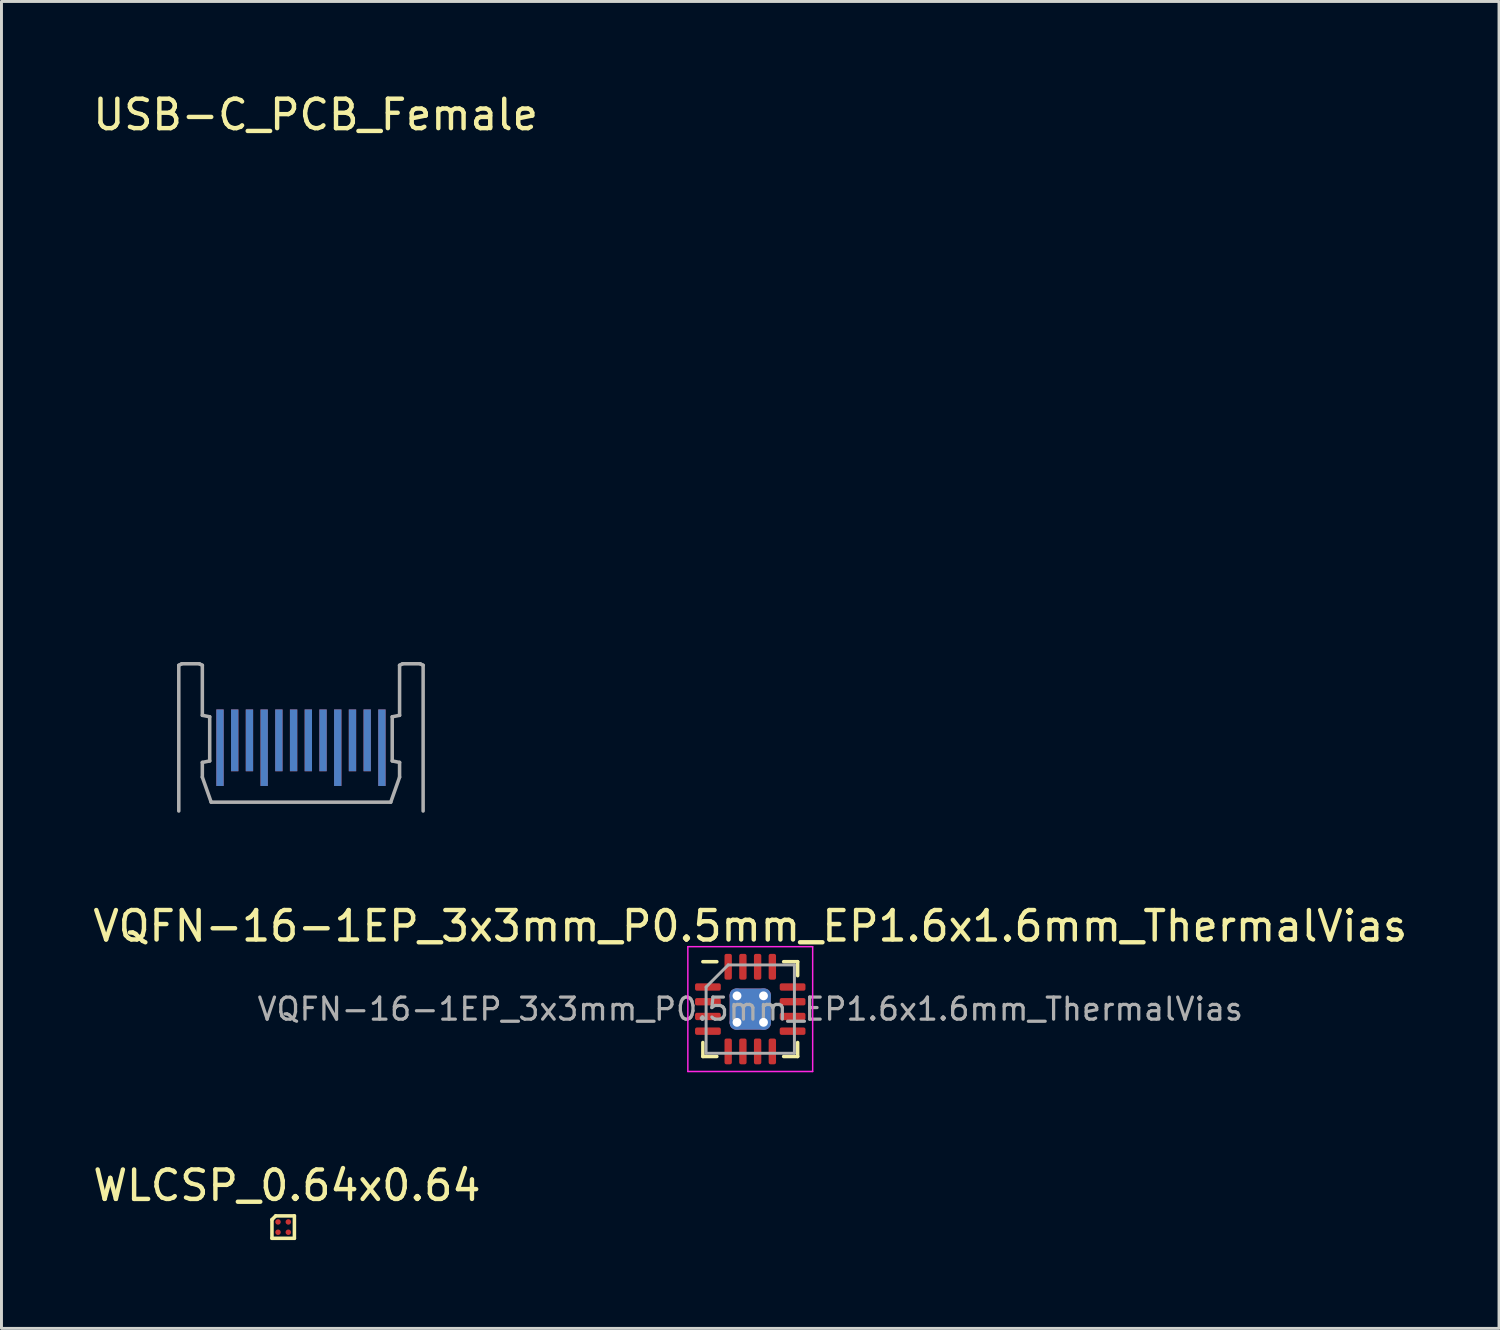
<source format=kicad_pcb>
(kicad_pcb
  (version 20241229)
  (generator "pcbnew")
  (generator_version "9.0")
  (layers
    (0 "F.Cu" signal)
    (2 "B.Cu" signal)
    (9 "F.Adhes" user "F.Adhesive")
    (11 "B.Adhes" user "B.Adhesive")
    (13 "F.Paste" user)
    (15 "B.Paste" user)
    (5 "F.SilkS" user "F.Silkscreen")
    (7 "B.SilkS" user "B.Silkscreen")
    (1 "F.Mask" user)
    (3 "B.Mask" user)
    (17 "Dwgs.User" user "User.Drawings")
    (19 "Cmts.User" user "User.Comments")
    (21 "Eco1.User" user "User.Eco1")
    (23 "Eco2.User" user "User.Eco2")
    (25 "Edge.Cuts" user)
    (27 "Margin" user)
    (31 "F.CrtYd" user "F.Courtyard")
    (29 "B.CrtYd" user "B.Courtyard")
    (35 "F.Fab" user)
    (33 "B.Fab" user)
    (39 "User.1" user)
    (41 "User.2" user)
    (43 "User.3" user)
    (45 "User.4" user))
  (footprint "USB-C_PCB_Female"
    (layer "F.Cu")
    (at 7.173 22.348)
    (property "Reference" "USB-C_PCB_Female" (at 0.5 -21.5 0) (layer "F.SilkS") (effects (font (size 1 1) (thickness 0.15))))
    (attr smd)
    (fp_line (start -4.15 -2.8) (end -4.15 2.15) (stroke (width 0.12) (type solid)) (layer "F.Fab"))
    (fp_line (start -4.15 -2.8) (end -4.05 -2.85) (stroke (width 0.12) (type solid)) (layer "F.Fab"))
    (fp_line (start -4.05 -2.85) (end -3.45 -2.85) (stroke (width 0.12) (type solid)) (layer "F.Fab"))
    (fp_line (start -3.45 -2.85) (end -3.35 -2.8) (stroke (width 0.12) (type solid)) (layer "F.Fab"))
    (fp_line (start -3.35 -1.1) (end -3.35 -2.8) (stroke (width 0.12) (type solid)) (layer "F.Fab"))
    (fp_line (start -3.35 0.5) (end -3.1 0.45) (stroke (width 0.12) (type solid)) (layer "F.Fab"))
    (fp_line (start -3.35 1) (end -3.35 0.5) (stroke (width 0.12) (type solid)) (layer "F.Fab"))
    (fp_line (start -3.1 -1.05) (end -3.35 -1.1) (stroke (width 0.12) (type solid)) (layer "F.Fab"))
    (fp_line (start -3.1 0.45) (end -3.1 -1.05) (stroke (width 0.12) (type solid)) (layer "F.Fab"))
    (fp_line (start -3.05 1.85) (end -3.35 1) (stroke (width 0.12) (type solid)) (layer "F.Fab"))
    (fp_line (start -3.05 1.85) (end 3.05 1.85) (stroke (width 0.12) (type solid)) (layer "F.Fab"))
    (fp_line (start 3.05 1.85) (end 3.35 1) (stroke (width 0.12) (type solid)) (layer "F.Fab"))
    (fp_line (start 3.1 -1.05) (end 3.35 -1.1) (stroke (width 0.12) (type solid)) (layer "F.Fab"))
    (fp_line (start 3.1 0.45) (end 3.1 -1.05) (stroke (width 0.12) (type solid)) (layer "F.Fab"))
    (fp_line (start 3.35 -2.8) (end 3.45 -2.85) (stroke (width 0.12) (type solid)) (layer "F.Fab"))
    (fp_line (start 3.35 -1.1) (end 3.35 -2.8) (stroke (width 0.12) (type solid)) (layer "F.Fab"))
    (fp_line (start 3.35 0.5) (end 3.1 0.45) (stroke (width 0.12) (type solid)) (layer "F.Fab"))
    (fp_line (start 3.35 1) (end 3.35 0.5) (stroke (width 0.12) (type solid)) (layer "F.Fab"))
    (fp_line (start 3.45 -2.85) (end 4.05 -2.85) (stroke (width 0.12) (type solid)) (layer "F.Fab"))
    (fp_line (start 4.05 -2.85) (end 4.15 -2.8) (stroke (width 0.12) (type solid)) (layer "F.Fab"))
    (fp_line (start 4.15 -2.8) (end 4.15 2.15) (stroke (width 0.12) (type solid)) (layer "F.Fab"))
    (pad "A1" smd rect (at -2.75 0) (size 0.25 2.6) (layers "F.Cu" "F.Mask" "F.Paste"))
    (pad "A2" smd rect (at -2.25 -0.25) (size 0.25 2.1) (layers "F.Cu" "F.Mask" "F.Paste"))
    (pad "A3" smd rect (at -1.75 -0.25) (size 0.25 2.1) (layers "F.Cu" "F.Mask" "F.Paste"))
    (pad "A4" smd rect (at -1.25 0) (size 0.25 2.6) (layers "F.Cu" "F.Mask" "F.Paste"))
    (pad "A5" smd rect (at -0.75 -0.25) (size 0.25 2.1) (layers "F.Cu" "F.Mask" "F.Paste"))
    (pad "A6" smd rect (at -0.25 -0.25) (size 0.25 2.1) (layers "F.Cu" "F.Mask" "F.Paste"))
    (pad "A7" smd rect (at 0.25 -0.25) (size 0.25 2.1) (layers "F.Cu" "F.Mask" "F.Paste"))
    (pad "A8" smd rect (at 0.75 -0.25) (size 0.25 2.1) (layers "F.Cu" "F.Mask" "F.Paste"))
    (pad "A9" smd rect (at 1.25 0) (size 0.25 2.6) (layers "F.Cu" "F.Mask" "F.Paste"))
    (pad "A10" smd rect (at 1.75 -0.25) (size 0.25 2.1) (layers "F.Cu" "F.Mask" "F.Paste"))
    (pad "A11" smd rect (at 2.25 -0.25) (size 0.25 2.1) (layers "F.Cu" "F.Mask" "F.Paste"))
    (pad "A12" smd rect (at 2.75 0) (size 0.25 2.6) (layers "F.Cu" "F.Mask" "F.Paste"))
    (pad "B1" smd rect (at 2.75 0 180) (size 0.25 2.6) (layers "B.Cu" "B.Mask" "B.Paste"))
    (pad "B2" smd rect (at 2.25 -0.25 180) (size 0.25 2.1) (layers "B.Cu" "B.Mask" "B.Paste"))
    (pad "B3" smd rect (at 1.75 -0.25 180) (size 0.25 2.1) (layers "B.Cu" "B.Mask" "B.Paste"))
    (pad "B4" smd rect (at 1.25 0 180) (size 0.25 2.6) (layers "B.Cu" "B.Mask" "B.Paste"))
    (pad "B5" smd rect (at 0.75 -0.25 180) (size 0.25 2.1) (layers "B.Cu" "B.Mask" "B.Paste"))
    (pad "B6" smd rect (at 0.25 -0.25 180) (size 0.25 2.1) (layers "B.Cu" "B.Mask" "B.Paste"))
    (pad "B7" smd rect (at -0.25 -0.25 180) (size 0.25 2.1) (layers "B.Cu" "B.Mask" "B.Paste"))
    (pad "B8" smd rect (at -0.75 -0.25 180) (size 0.25 2.1) (layers "B.Cu" "B.Mask" "B.Paste"))
    (pad "B9" smd rect (at -1.25 0 180) (size 0.25 2.6) (layers "B.Cu" "B.Mask" "B.Paste"))
    (pad "B10" smd rect (at -1.75 -0.25 180) (size 0.25 2.1) (layers "B.Cu" "B.Mask" "B.Paste"))
    (pad "B11" smd rect (at -2.25 -0.25 180) (size 0.25 2.1) (layers "B.Cu" "B.Mask" "B.Paste"))
    (pad "B12" smd rect (at -2.75 0 180) (size 0.25 2.6) (layers "B.Cu" "B.Mask" "B.Paste")))
  (footprint "WLCSP_0.64x0.64"
    (layer "F.Cu")
    (at 6.569 38.632)
    (property "Reference" "WLCSP_0.64x0.64" (at 0.127 -1.412 0) (layer "F.SilkS") (effects (font (size 1 1) (thickness 0.15))))
    (attr through_hole)
    (fp_line (start -0.381 0.381) (end -0.381 -0.254) (stroke (width 0.12) (type solid)) (layer "F.SilkS"))
    (fp_line (start -0.381 0.381) (end 0.381 0.381) (stroke (width 0.12) (type solid)) (layer "F.SilkS"))
    (fp_line (start -0.254 -0.381) (end -0.381 -0.254) (stroke (width 0.12) (type solid)) (layer "F.SilkS"))
    (fp_line (start 0.381 -0.381) (end -0.254 -0.381) (stroke (width 0.12) (type solid)) (layer "F.SilkS"))
    (fp_line (start 0.381 0.381) (end 0.381 -0.381) (stroke (width 0.12) (type solid)) (layer "F.SilkS"))
    (pad "A1" smd circle (at -0.175 -0.175) (size 0.187 0.187) (layers "F.Cu" "F.Mask" "F.Paste"))
    (pad "A2" smd circle (at 0.175 -0.175) (size 0.187 0.187) (layers "F.Cu" "F.Mask" "F.Paste"))
    (pad "B1" smd circle (at -0.175 0.175) (size 0.187 0.187) (layers "F.Cu" "F.Mask" "F.Paste"))
    (pad "B2" smd circle (at 0.175 0.175) (size 0.187 0.187) (layers "F.Cu" "F.Mask" "F.Paste")))
  (footprint "VQFN-16-1EP_3x3mm_P0.5mm_EP1.6x1.6mm_ThermalVias"
    (layer "F.Cu")
    (at 22.435 31.227)
    (property "Reference" "VQFN-16-1EP_3x3mm_P0.5mm_EP1.6x1.6mm_ThermalVias" (at 0 -2.82 0) (layer "F.SilkS") (effects (font (size 1 1) (thickness 0.15))))
    (attr smd)
    (fp_line (start -1.61 1.61) (end -1.61 1.135) (stroke (width 0.12) (type solid)) (layer "F.SilkS"))
    (fp_line (start -1.135 -1.61) (end -1.61 -1.61) (stroke (width 0.12) (type solid)) (layer "F.SilkS"))
    (fp_line (start -1.135 1.61) (end -1.61 1.61) (stroke (width 0.12) (type solid)) (layer "F.SilkS"))
    (fp_line (start 1.135 -1.61) (end 1.61 -1.61) (stroke (width 0.12) (type solid)) (layer "F.SilkS"))
    (fp_line (start 1.135 1.61) (end 1.61 1.61) (stroke (width 0.12) (type solid)) (layer "F.SilkS"))
    (fp_line (start 1.61 -1.61) (end 1.61 -1.135) (stroke (width 0.12) (type solid)) (layer "F.SilkS"))
    (fp_line (start 1.61 1.61) (end 1.61 1.135) (stroke (width 0.12) (type solid)) (layer "F.SilkS"))
    (fp_line (start -2.12 -2.12) (end -2.12 2.12) (stroke (width 0.05) (type solid)) (layer "F.CrtYd"))
    (fp_line (start -2.12 2.12) (end 2.12 2.12) (stroke (width 0.05) (type solid)) (layer "F.CrtYd"))
    (fp_line (start 2.12 -2.12) (end -2.12 -2.12) (stroke (width 0.05) (type solid)) (layer "F.CrtYd"))
    (fp_line (start 2.12 2.12) (end 2.12 -2.12) (stroke (width 0.05) (type solid)) (layer "F.CrtYd"))
    (fp_line (start -1.5 -0.75) (end -0.75 -1.5) (stroke (width 0.1) (type solid)) (layer "F.Fab"))
    (fp_line (start -1.5 1.5) (end -1.5 -0.75) (stroke (width 0.1) (type solid)) (layer "F.Fab"))
    (fp_line (start -0.75 -1.5) (end 1.5 -1.5) (stroke (width 0.1) (type solid)) (layer "F.Fab"))
    (fp_line (start 1.5 -1.5) (end 1.5 1.5) (stroke (width 0.1) (type solid)) (layer "F.Fab"))
    (fp_line (start 1.5 1.5) (end -1.5 1.5) (stroke (width 0.1) (type solid)) (layer "F.Fab"))
    (fp_text user "${REFERENCE}" (at 0 0 0) (layer "F.Fab") (effects (font (size 0.75 0.75) (thickness 0.11))))
    (pad "" smd roundrect (at -0.4 -0.4) (size 0.29 0.29) (layers "F.Paste") (roundrect_rratio 0.25))
    (pad "" smd roundrect (at -0.4 0.4) (size 0.29 0.29) (layers "F.Paste") (roundrect_rratio 0.25))
    (pad "" smd roundrect (at 0.4 -0.4) (size 0.29 0.29) (layers "F.Paste") (roundrect_rratio 0.25))
    (pad "" smd roundrect (at 0.4 0.4) (size 0.29 0.29) (layers "F.Paste") (roundrect_rratio 0.25))
    (pad "1" smd roundrect (at -1.438 -0.75) (size 0.875 0.25) (layers "F.Cu" "F.Mask" "F.Paste") (roundrect_rratio 0.25))
    (pad "2" smd roundrect (at -1.438 -0.25) (size 0.875 0.25) (layers "F.Cu" "F.Mask" "F.Paste") (roundrect_rratio 0.25))
    (pad "3" smd roundrect (at -1.438 0.25) (size 0.875 0.25) (layers "F.Cu" "F.Mask" "F.Paste") (roundrect_rratio 0.25))
    (pad "4" smd roundrect (at -1.438 0.75) (size 0.875 0.25) (layers "F.Cu" "F.Mask" "F.Paste") (roundrect_rratio 0.25))
    (pad "5" smd roundrect (at -0.75 1.438) (size 0.25 0.875) (layers "F.Cu" "F.Mask" "F.Paste") (roundrect_rratio 0.25))
    (pad "6" smd roundrect (at -0.25 1.438) (size 0.25 0.875) (layers "F.Cu" "F.Mask" "F.Paste") (roundrect_rratio 0.25))
    (pad "7" smd roundrect (at 0.25 1.438) (size 0.25 0.875) (layers "F.Cu" "F.Mask" "F.Paste") (roundrect_rratio 0.25))
    (pad "8" smd roundrect (at 0.75 1.438) (size 0.25 0.875) (layers "F.Cu" "F.Mask" "F.Paste") (roundrect_rratio 0.25))
    (pad "9" smd roundrect (at 1.438 0.75) (size 0.875 0.25) (layers "F.Cu" "F.Mask" "F.Paste") (roundrect_rratio 0.25))
    (pad "10" smd roundrect (at 1.438 0.25) (size 0.875 0.25) (layers "F.Cu" "F.Mask" "F.Paste") (roundrect_rratio 0.25))
    (pad "11" smd roundrect (at 1.438 -0.25) (size 0.875 0.25) (layers "F.Cu" "F.Mask" "F.Paste") (roundrect_rratio 0.25))
    (pad "12" smd roundrect (at 1.438 -0.75) (size 0.875 0.25) (layers "F.Cu" "F.Mask" "F.Paste") (roundrect_rratio 0.25))
    (pad "13" smd roundrect (at 0.75 -1.438) (size 0.25 0.875) (layers "F.Cu" "F.Mask" "F.Paste") (roundrect_rratio 0.25))
    (pad "14" smd roundrect (at 0.25 -1.438) (size 0.25 0.875) (layers "F.Cu" "F.Mask" "F.Paste") (roundrect_rratio 0.25))
    (pad "15" smd roundrect (at -0.25 -1.438) (size 0.25 0.875) (layers "F.Cu" "F.Mask" "F.Paste") (roundrect_rratio 0.25))
    (pad "16" smd roundrect (at -0.75 -1.438) (size 0.25 0.875) (layers "F.Cu" "F.Mask" "F.Paste") (roundrect_rratio 0.25))
    (pad "17" thru_hole circle (at -0.45 -0.45) (size 0.5 0.5) (drill 0.3) (layers "*.Cu"))
    (pad "17" thru_hole circle (at -0.45 0.45) (size 0.5 0.5) (drill 0.3) (layers "*.Cu"))
    (pad "17" smd roundrect (at 0 0) (size 1.4 1.4) (layers "F.Cu" "F.Mask") (roundrect_rratio 0.156))
    (pad "17" smd roundrect (at 0 0) (size 1.4 1.4) (layers "B.Cu") (roundrect_rratio 0.156))
    (pad "17" thru_hole circle (at 0.45 -0.45) (size 0.5 0.5) (drill 0.3) (layers "*.Cu"))
    (pad "17" thru_hole circle (at 0.45 0.45) (size 0.5 0.5) (drill 0.3) (layers "*.Cu")))
  (gr_rect
    (start -3 -3)
    (end 47.869 42.073)
    (stroke (width 0.1) (type default))
    (fill no)
    (layer "Edge.Cuts")))
</source>
